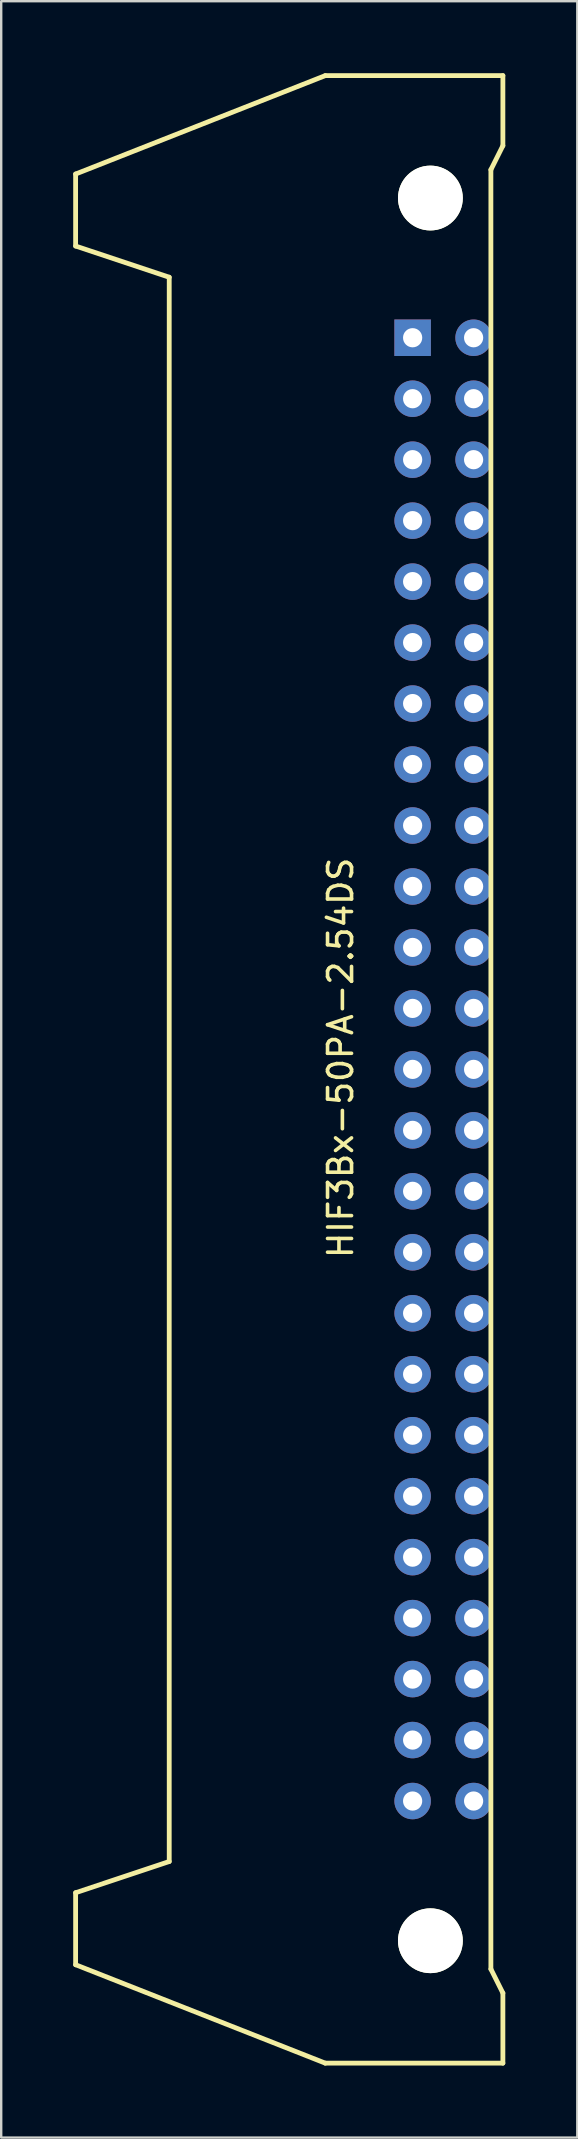
<source format=kicad_pcb>
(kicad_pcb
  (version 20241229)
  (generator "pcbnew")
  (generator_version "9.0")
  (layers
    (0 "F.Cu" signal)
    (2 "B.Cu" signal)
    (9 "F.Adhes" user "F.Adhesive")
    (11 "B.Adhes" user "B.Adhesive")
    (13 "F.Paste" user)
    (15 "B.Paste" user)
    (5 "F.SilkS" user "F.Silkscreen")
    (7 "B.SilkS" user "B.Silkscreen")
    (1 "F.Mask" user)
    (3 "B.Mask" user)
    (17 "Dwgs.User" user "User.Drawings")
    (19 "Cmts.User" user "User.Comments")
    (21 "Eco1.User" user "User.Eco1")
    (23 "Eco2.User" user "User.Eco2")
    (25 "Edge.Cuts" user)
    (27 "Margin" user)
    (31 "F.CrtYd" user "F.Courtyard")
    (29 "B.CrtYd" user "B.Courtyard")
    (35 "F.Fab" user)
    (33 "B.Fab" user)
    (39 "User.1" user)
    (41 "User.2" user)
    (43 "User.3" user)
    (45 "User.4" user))
  (footprint "HIF3Bx-50PA-2.54DS"
    (layer "F.Cu")
    (at 14.14 11.02)
    (property "Reference" "HIF3Bx-50PA-2.54DS" (at -3 30 270) (layer "F.SilkS") (effects (font (size 1 1) (thickness 0.15))))
    (attr through_hole)
    (fp_line (start -14.04 -6.82) (end -14.04 -3.82) (stroke (width 0.2) (type solid)) (layer "F.SilkS"))
    (fp_line (start -14.04 -3.82) (end -10.14 -2.52) (stroke (width 0.2) (type solid)) (layer "F.SilkS"))
    (fp_line (start -14.04 64.78) (end -10.14 63.48) (stroke (width 0.2) (type solid)) (layer "F.SilkS"))
    (fp_line (start -14.04 67.78) (end -14.04 64.78) (stroke (width 0.2) (type solid)) (layer "F.SilkS"))
    (fp_line (start -10.14 -2.52) (end -10.14 63.48) (stroke (width 0.2) (type solid)) (layer "F.SilkS"))
    (fp_line (start -3.64 -10.92) (end -14.04 -6.82) (stroke (width 0.2) (type solid)) (layer "F.SilkS"))
    (fp_line (start -3.64 71.88) (end -14.04 67.78) (stroke (width 0.2) (type solid)) (layer "F.SilkS"))
    (fp_line (start 3.26 -7) (end 3.26 67.96) (stroke (width 0.2) (type solid)) (layer "F.SilkS"))
    (fp_line (start 3.26 -7) (end 3.76 -8) (stroke (width 0.2) (type solid)) (layer "F.SilkS"))
    (fp_line (start 3.26 67.96) (end 3.76 68.96) (stroke (width 0.2) (type solid)) (layer "F.SilkS"))
    (fp_line (start 3.76 -10.92) (end -3.64 -10.92) (stroke (width 0.2) (type solid)) (layer "F.SilkS"))
    (fp_line (start 3.76 -8) (end 3.76 -10.92) (stroke (width 0.2) (type solid)) (layer "F.SilkS"))
    (fp_line (start 3.76 68.96) (end 3.76 71.88) (stroke (width 0.2) (type solid)) (layer "F.SilkS"))
    (fp_line (start 3.76 71.88) (end -3.64 71.88) (stroke (width 0.2) (type solid)) (layer "F.SilkS"))
    (pad "" np_thru_hole circle (at 0.74 -5.82) (size 2.7 2.7) (drill 2.7) (layers "*.Cu" "*.Mask" "F.SilkS"))
    (pad "" np_thru_hole circle (at 0.74 66.78) (size 2.7 2.7) (drill 2.7) (layers "*.Cu" "*.Mask" "F.SilkS"))
    (pad "1" thru_hole rect (at 0 0 270) (size 1.52 1.52) (drill 0.8) (layers "*.Cu" "*.Mask"))
    (pad "2" thru_hole circle (at 2.54 0 270) (size 1.52 1.52) (drill 0.8) (layers "*.Cu" "*.Mask"))
    (pad "3" thru_hole circle (at 0 2.54 270) (size 1.52 1.52) (drill 0.8) (layers "*.Cu" "*.Mask"))
    (pad "4" thru_hole circle (at 2.54 2.54 270) (size 1.52 1.52) (drill 0.8) (layers "*.Cu" "*.Mask"))
    (pad "5" thru_hole circle (at 0 5.08 270) (size 1.52 1.52) (drill 0.8) (layers "*.Cu" "*.Mask"))
    (pad "6" thru_hole circle (at 2.54 5.08 270) (size 1.52 1.52) (drill 0.8) (layers "*.Cu" "*.Mask"))
    (pad "7" thru_hole circle (at 0 7.62 270) (size 1.52 1.52) (drill 0.8) (layers "*.Cu" "*.Mask"))
    (pad "8" thru_hole circle (at 2.54 7.62 270) (size 1.52 1.52) (drill 0.8) (layers "*.Cu" "*.Mask"))
    (pad "9" thru_hole circle (at 0 10.16 270) (size 1.52 1.52) (drill 0.8) (layers "*.Cu" "*.Mask"))
    (pad "10" thru_hole circle (at 2.54 10.16 270) (size 1.52 1.52) (drill 0.8) (layers "*.Cu" "*.Mask"))
    (pad "11" thru_hole circle (at 0 12.7 270) (size 1.52 1.52) (drill 0.8) (layers "*.Cu" "*.Mask"))
    (pad "12" thru_hole circle (at 2.54 12.7 270) (size 1.52 1.52) (drill 0.8) (layers "*.Cu" "*.Mask"))
    (pad "13" thru_hole circle (at 0 15.24 270) (size 1.52 1.52) (drill 0.8) (layers "*.Cu" "*.Mask"))
    (pad "14" thru_hole circle (at 2.54 15.24 270) (size 1.52 1.52) (drill 0.8) (layers "*.Cu" "*.Mask"))
    (pad "15" thru_hole circle (at 0 17.78 270) (size 1.52 1.52) (drill 0.8) (layers "*.Cu" "*.Mask"))
    (pad "16" thru_hole circle (at 2.54 17.78 270) (size 1.52 1.52) (drill 0.8) (layers "*.Cu" "*.Mask"))
    (pad "17" thru_hole circle (at 0 20.32 270) (size 1.52 1.52) (drill 0.8) (layers "*.Cu" "*.Mask"))
    (pad "18" thru_hole circle (at 2.54 20.32 270) (size 1.52 1.52) (drill 0.8) (layers "*.Cu" "*.Mask"))
    (pad "19" thru_hole circle (at 0 22.86 270) (size 1.52 1.52) (drill 0.8) (layers "*.Cu" "*.Mask"))
    (pad "20" thru_hole circle (at 2.54 22.86 270) (size 1.52 1.52) (drill 0.8) (layers "*.Cu" "*.Mask"))
    (pad "21" thru_hole circle (at 0 25.4 270) (size 1.52 1.52) (drill 0.8) (layers "*.Cu" "*.Mask"))
    (pad "22" thru_hole circle (at 2.54 25.4 270) (size 1.52 1.52) (drill 0.8) (layers "*.Cu" "*.Mask"))
    (pad "23" thru_hole circle (at 0 27.94 270) (size 1.52 1.52) (drill 0.8) (layers "*.Cu" "*.Mask"))
    (pad "24" thru_hole circle (at 2.54 27.94 270) (size 1.52 1.52) (drill 0.8) (layers "*.Cu" "*.Mask"))
    (pad "25" thru_hole circle (at 0 30.48 270) (size 1.52 1.52) (drill 0.8) (layers "*.Cu" "*.Mask"))
    (pad "26" thru_hole circle (at 2.54 30.48 270) (size 1.52 1.52) (drill 0.8) (layers "*.Cu" "*.Mask"))
    (pad "27" thru_hole circle (at 0 33.02 270) (size 1.52 1.52) (drill 0.8) (layers "*.Cu" "*.Mask"))
    (pad "28" thru_hole circle (at 2.54 33.02 270) (size 1.52 1.52) (drill 0.8) (layers "*.Cu" "*.Mask"))
    (pad "29" thru_hole circle (at 0 35.56 270) (size 1.52 1.52) (drill 0.8) (layers "*.Cu" "*.Mask"))
    (pad "30" thru_hole circle (at 2.54 35.56 270) (size 1.52 1.52) (drill 0.8) (layers "*.Cu" "*.Mask"))
    (pad "31" thru_hole circle (at 0 38.1 270) (size 1.52 1.52) (drill 0.8) (layers "*.Cu" "*.Mask"))
    (pad "32" thru_hole circle (at 2.54 38.1 270) (size 1.52 1.52) (drill 0.8) (layers "*.Cu" "*.Mask"))
    (pad "33" thru_hole circle (at 0 40.64 270) (size 1.52 1.52) (drill 0.8) (layers "*.Cu" "*.Mask"))
    (pad "34" thru_hole circle (at 2.54 40.64 270) (size 1.52 1.52) (drill 0.8) (layers "*.Cu" "*.Mask"))
    (pad "35" thru_hole circle (at 0 43.18 270) (size 1.52 1.52) (drill 0.8) (layers "*.Cu" "*.Mask"))
    (pad "36" thru_hole circle (at 2.54 43.18 270) (size 1.52 1.52) (drill 0.8) (layers "*.Cu" "*.Mask"))
    (pad "37" thru_hole circle (at 0 45.72 270) (size 1.52 1.52) (drill 0.8) (layers "*.Cu" "*.Mask"))
    (pad "38" thru_hole circle (at 2.54 45.72 270) (size 1.52 1.52) (drill 0.8) (layers "*.Cu" "*.Mask"))
    (pad "39" thru_hole circle (at 0 48.26 270) (size 1.52 1.52) (drill 0.8) (layers "*.Cu" "*.Mask"))
    (pad "40" thru_hole circle (at 2.54 48.26 270) (size 1.52 1.52) (drill 0.8) (layers "*.Cu" "*.Mask"))
    (pad "41" thru_hole circle (at 0 50.8 270) (size 1.52 1.52) (drill 0.8) (layers "*.Cu" "*.Mask"))
    (pad "42" thru_hole circle (at 2.54 50.8 270) (size 1.52 1.52) (drill 0.8) (layers "*.Cu" "*.Mask"))
    (pad "43" thru_hole circle (at 0 53.34 270) (size 1.52 1.52) (drill 0.8) (layers "*.Cu" "*.Mask"))
    (pad "44" thru_hole circle (at 2.54 53.34 270) (size 1.52 1.52) (drill 0.8) (layers "*.Cu" "*.Mask"))
    (pad "45" thru_hole circle (at 0 55.88 270) (size 1.52 1.52) (drill 0.8) (layers "*.Cu" "*.Mask"))
    (pad "46" thru_hole circle (at 2.54 55.88 270) (size 1.52 1.52) (drill 0.8) (layers "*.Cu" "*.Mask"))
    (pad "47" thru_hole circle (at 0 58.42 270) (size 1.52 1.52) (drill 0.8) (layers "*.Cu" "*.Mask"))
    (pad "48" thru_hole circle (at 2.54 58.42 270) (size 1.52 1.52) (drill 0.8) (layers "*.Cu" "*.Mask"))
    (pad "49" thru_hole circle (at 0 60.96 270) (size 1.52 1.52) (drill 0.8) (layers "*.Cu" "*.Mask"))
    (pad "50" thru_hole circle (at 2.54 60.96 270) (size 1.52 1.52) (drill 0.8) (layers "*.Cu" "*.Mask")))
  (gr_rect
    (start -3 -3)
    (end 21 86)
    (stroke (width 0.1) (type default))
    (fill no)
    (layer "Edge.Cuts")))
</source>
